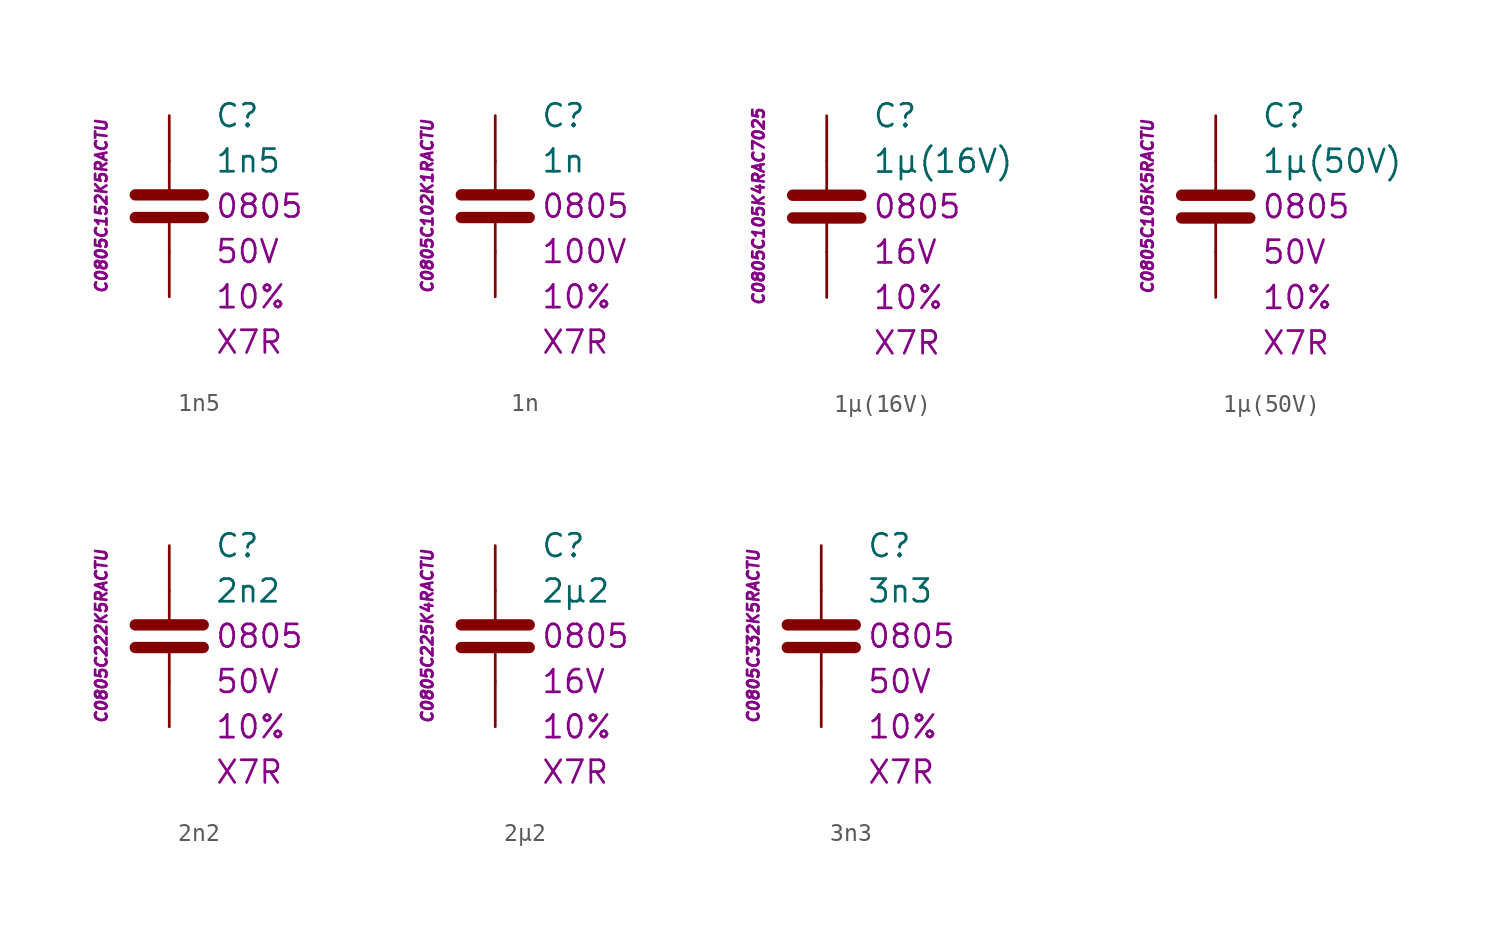
<source format=kicad_sym>
(kicad_symbol_lib
  (version 20201005)
  (generator kicad_symbol_editor)
  (symbol "C.Kemet.MLCC.0805.X7R:1n5"
    (pin_numbers hide)
    (pin_names
      (offset 1.016) hide)
    (property "Reference" "C"
      (at 2.54 5.08 0)
      (effects (font (size 1.27 1.27)) (justify left)))
    (property "Value" "1n5"
      (at 2.54 2.54 0)
      (effects (font (size 1.27 1.27)) (justify left)))
    (property "Package" "0805"
      (at 2.54 0 0)
      (effects (font (size 1.27 1.27)) (justify left)))
    (property "Voltage" "50V"
      (at 2.54 -2.54 0)
      (effects (font (size 1.27 1.27)) (justify left)))
    (property "Tolerance" "10%"
      (at 2.54 -5.08 0)
      (effects (font (size 1.27 1.27)) (justify left)))
    (property "Dielectric" "X7R"
      (at 2.54 -7.62 0)
      (effects (font (size 1.27 1.27)) (justify left)))
    (property "MPN" "C0805C152K5RACTU"
      (at -3.81 0 90)
      (effects (font (size 0.635 0.635) italic)))
    (symbol "1n5_0_1"
      (polyline (pts (xy -1.905 -0.635) (xy 1.905 -0.635)) (stroke (width 0.635)) (fill (type none)))
      (polyline (pts (xy -1.905 0.635) (xy 1.905 0.635)) (stroke (width 0.635)) (fill (type none)))
      (polyline (pts (xy 0 -2.54) (xy 0 -0.635)) (stroke (width 0.152)) (fill (type none)))
      (polyline (pts (xy 0 0.635) (xy 0 2.54)) (stroke (width 0.152)) (fill (type none))))
    (symbol "1n5_1_1"
      (pin passive line (at 0 5.08 270) (length 2.54) (name "~" (effects (font (size 1.778 1.778)))) (number "1" (effects (font (size 1.778 1.778)))))
      (pin passive line (at 0 -5.08 90) (length 2.54) (name "~" (effects (font (size 1.778 1.778)))) (number "2" (effects (font (size 1.778 1.778)))))))
  (symbol "C.Kemet.MLCC.0805.X7R:1n"
    (pin_numbers hide)
    (pin_names
      (offset 1.016) hide)
    (property "Reference" "C"
      (at 2.54 5.08 0)
      (effects (font (size 1.27 1.27)) (justify left)))
    (property "Value" "1n"
      (at 2.54 2.54 0)
      (effects (font (size 1.27 1.27)) (justify left)))
    (property "Package" "0805"
      (at 2.54 0 0)
      (effects (font (size 1.27 1.27)) (justify left)))
    (property "Voltage" "100V"
      (at 2.54 -2.54 0)
      (effects (font (size 1.27 1.27)) (justify left)))
    (property "Tolerance" "10%"
      (at 2.54 -5.08 0)
      (effects (font (size 1.27 1.27)) (justify left)))
    (property "Dielectric" "X7R"
      (at 2.54 -7.62 0)
      (effects (font (size 1.27 1.27)) (justify left)))
    (property "MPN" "C0805C102K1RACTU"
      (at -3.81 0 90)
      (effects (font (size 0.635 0.635) italic)))
    (symbol "1n_0_1"
      (polyline (pts (xy -1.905 -0.635) (xy 1.905 -0.635)) (stroke (width 0.635)) (fill (type none)))
      (polyline (pts (xy -1.905 0.635) (xy 1.905 0.635)) (stroke (width 0.635)) (fill (type none)))
      (polyline (pts (xy 0 -2.54) (xy 0 -0.635)) (stroke (width 0.152)) (fill (type none)))
      (polyline (pts (xy 0 0.635) (xy 0 2.54)) (stroke (width 0.152)) (fill (type none))))
    (symbol "1n_1_1"
      (pin passive line (at 0 5.08 270) (length 2.54) (name "~" (effects (font (size 1.778 1.778)))) (number "1" (effects (font (size 1.778 1.778)))))
      (pin passive line (at 0 -5.08 90) (length 2.54) (name "~" (effects (font (size 1.778 1.778)))) (number "2" (effects (font (size 1.778 1.778)))))))
  (symbol "C.Kemet.MLCC.0805.X7R:1µ(16V)"
    (pin_numbers hide)
    (pin_names
      (offset 1.016) hide)
    (property "Reference" "C"
      (at 2.54 5.08 0)
      (effects (font (size 1.27 1.27)) (justify left)))
    (property "Value" "1µ(16V)"
      (at 2.54 2.54 0)
      (effects (font (size 1.27 1.27)) (justify left)))
    (property "Package" "0805"
      (at 2.54 0 0)
      (effects (font (size 1.27 1.27)) (justify left)))
    (property "Voltage" "16V"
      (at 2.54 -2.54 0)
      (effects (font (size 1.27 1.27)) (justify left)))
    (property "Tolerance" "10%"
      (at 2.54 -5.08 0)
      (effects (font (size 1.27 1.27)) (justify left)))
    (property "Dielectric" "X7R"
      (at 2.54 -7.62 0)
      (effects (font (size 1.27 1.27)) (justify left)))
    (property "MPN" "C0805C105K4RAC7025"
      (at -3.81 0 90)
      (effects (font (size 0.635 0.635) italic)))
    (symbol "1µ(16V)_0_1"
      (polyline (pts (xy -1.905 -0.635) (xy 1.905 -0.635)) (stroke (width 0.635)) (fill (type none)))
      (polyline (pts (xy -1.905 0.635) (xy 1.905 0.635)) (stroke (width 0.635)) (fill (type none)))
      (polyline (pts (xy 0 -2.54) (xy 0 -0.635)) (stroke (width 0.152)) (fill (type none)))
      (polyline (pts (xy 0 0.635) (xy 0 2.54)) (stroke (width 0.152)) (fill (type none))))
    (symbol "1µ(16V)_1_1"
      (pin passive line (at 0 5.08 270) (length 2.54) (name "~" (effects (font (size 1.778 1.778)))) (number "1" (effects (font (size 1.778 1.778)))))
      (pin passive line (at 0 -5.08 90) (length 2.54) (name "~" (effects (font (size 1.778 1.778)))) (number "2" (effects (font (size 1.778 1.778)))))))
  (symbol "C.Kemet.MLCC.0805.X7R:1µ(50V)"
    (pin_numbers hide)
    (pin_names
      (offset 1.016) hide)
    (property "Reference" "C"
      (at 2.54 5.08 0)
      (effects (font (size 1.27 1.27)) (justify left)))
    (property "Value" "1µ(50V)"
      (at 2.54 2.54 0)
      (effects (font (size 1.27 1.27)) (justify left)))
    (property "Package" "0805"
      (at 2.54 0 0)
      (effects (font (size 1.27 1.27)) (justify left)))
    (property "Voltage" "50V"
      (at 2.54 -2.54 0)
      (effects (font (size 1.27 1.27)) (justify left)))
    (property "Tolerance" "10%"
      (at 2.54 -5.08 0)
      (effects (font (size 1.27 1.27)) (justify left)))
    (property "Dielectric" "X7R"
      (at 2.54 -7.62 0)
      (effects (font (size 1.27 1.27)) (justify left)))
    (property "MPN" "C0805C105K5RACTU"
      (at -3.81 0 90)
      (effects (font (size 0.635 0.635) italic)))
    (symbol "1µ(50V)_0_1"
      (polyline (pts (xy -1.905 -0.635) (xy 1.905 -0.635)) (stroke (width 0.635)) (fill (type none)))
      (polyline (pts (xy -1.905 0.635) (xy 1.905 0.635)) (stroke (width 0.635)) (fill (type none)))
      (polyline (pts (xy 0 -2.54) (xy 0 -0.635)) (stroke (width 0.152)) (fill (type none)))
      (polyline (pts (xy 0 0.635) (xy 0 2.54)) (stroke (width 0.152)) (fill (type none))))
    (symbol "1µ(50V)_1_1"
      (pin passive line (at 0 5.08 270) (length 2.54) (name "~" (effects (font (size 1.778 1.778)))) (number "1" (effects (font (size 1.778 1.778)))))
      (pin passive line (at 0 -5.08 90) (length 2.54) (name "~" (effects (font (size 1.778 1.778)))) (number "2" (effects (font (size 1.778 1.778)))))))
  (symbol "C.Kemet.MLCC.0805.X7R:2n2"
    (pin_numbers hide)
    (pin_names
      (offset 1.016) hide)
    (property "Reference" "C"
      (at 2.54 5.08 0)
      (effects (font (size 1.27 1.27)) (justify left)))
    (property "Value" "2n2"
      (at 2.54 2.54 0)
      (effects (font (size 1.27 1.27)) (justify left)))
    (property "Package" "0805"
      (at 2.54 0 0)
      (effects (font (size 1.27 1.27)) (justify left)))
    (property "Voltage" "50V"
      (at 2.54 -2.54 0)
      (effects (font (size 1.27 1.27)) (justify left)))
    (property "Tolerance" "10%"
      (at 2.54 -5.08 0)
      (effects (font (size 1.27 1.27)) (justify left)))
    (property "Dielectric" "X7R"
      (at 2.54 -7.62 0)
      (effects (font (size 1.27 1.27)) (justify left)))
    (property "MPN" "C0805C222K5RACTU"
      (at -3.81 0 90)
      (effects (font (size 0.635 0.635) italic)))
    (symbol "2n2_0_1"
      (polyline (pts (xy -1.905 -0.635) (xy 1.905 -0.635)) (stroke (width 0.635)) (fill (type none)))
      (polyline (pts (xy -1.905 0.635) (xy 1.905 0.635)) (stroke (width 0.635)) (fill (type none)))
      (polyline (pts (xy 0 -2.54) (xy 0 -0.635)) (stroke (width 0.152)) (fill (type none)))
      (polyline (pts (xy 0 0.635) (xy 0 2.54)) (stroke (width 0.152)) (fill (type none))))
    (symbol "2n2_1_1"
      (pin passive line (at 0 5.08 270) (length 2.54) (name "~" (effects (font (size 1.778 1.778)))) (number "1" (effects (font (size 1.778 1.778)))))
      (pin passive line (at 0 -5.08 90) (length 2.54) (name "~" (effects (font (size 1.778 1.778)))) (number "2" (effects (font (size 1.778 1.778)))))))
  (symbol "C.Kemet.MLCC.0805.X7R:2µ2"
    (pin_numbers hide)
    (pin_names
      (offset 1.016) hide)
    (property "Reference" "C"
      (at 2.54 5.08 0)
      (effects (font (size 1.27 1.27)) (justify left)))
    (property "Value" "2µ2"
      (at 2.54 2.54 0)
      (effects (font (size 1.27 1.27)) (justify left)))
    (property "Package" "0805"
      (at 2.54 0 0)
      (effects (font (size 1.27 1.27)) (justify left)))
    (property "Voltage" "16V"
      (at 2.54 -2.54 0)
      (effects (font (size 1.27 1.27)) (justify left)))
    (property "Tolerance" "10%"
      (at 2.54 -5.08 0)
      (effects (font (size 1.27 1.27)) (justify left)))
    (property "Dielectric" "X7R"
      (at 2.54 -7.62 0)
      (effects (font (size 1.27 1.27)) (justify left)))
    (property "MPN" "C0805C225K4RACTU"
      (at -3.81 0 90)
      (effects (font (size 0.635 0.635) italic)))
    (symbol "2µ2_0_1"
      (polyline (pts (xy -1.905 -0.635) (xy 1.905 -0.635)) (stroke (width 0.635)) (fill (type none)))
      (polyline (pts (xy -1.905 0.635) (xy 1.905 0.635)) (stroke (width 0.635)) (fill (type none)))
      (polyline (pts (xy 0 -2.54) (xy 0 -0.635)) (stroke (width 0.152)) (fill (type none)))
      (polyline (pts (xy 0 0.635) (xy 0 2.54)) (stroke (width 0.152)) (fill (type none))))
    (symbol "2µ2_1_1"
      (pin passive line (at 0 5.08 270) (length 2.54) (name "~" (effects (font (size 1.778 1.778)))) (number "1" (effects (font (size 1.778 1.778)))))
      (pin passive line (at 0 -5.08 90) (length 2.54) (name "~" (effects (font (size 1.778 1.778)))) (number "2" (effects (font (size 1.778 1.778)))))))
  (symbol "C.Kemet.MLCC.0805.X7R:3n3"
    (pin_numbers hide)
    (pin_names
      (offset 1.016) hide)
    (property "Reference" "C"
      (at 2.54 5.08 0)
      (effects (font (size 1.27 1.27)) (justify left)))
    (property "Value" "3n3"
      (at 2.54 2.54 0)
      (effects (font (size 1.27 1.27)) (justify left)))
    (property "Package" "0805"
      (at 2.54 0 0)
      (effects (font (size 1.27 1.27)) (justify left)))
    (property "Voltage" "50V"
      (at 2.54 -2.54 0)
      (effects (font (size 1.27 1.27)) (justify left)))
    (property "Tolerance" "10%"
      (at 2.54 -5.08 0)
      (effects (font (size 1.27 1.27)) (justify left)))
    (property "Dielectric" "X7R"
      (at 2.54 -7.62 0)
      (effects (font (size 1.27 1.27)) (justify left)))
    (property "MPN" "C0805C332K5RACTU"
      (at -3.81 0 90)
      (effects (font (size 0.635 0.635) italic)))
    (symbol "3n3_0_1"
      (polyline (pts (xy -1.905 -0.635) (xy 1.905 -0.635)) (stroke (width 0.635)) (fill (type none)))
      (polyline (pts (xy -1.905 0.635) (xy 1.905 0.635)) (stroke (width 0.635)) (fill (type none)))
      (polyline (pts (xy 0 -2.54) (xy 0 -0.635)) (stroke (width 0.152)) (fill (type none)))
      (polyline (pts (xy 0 0.635) (xy 0 2.54)) (stroke (width 0.152)) (fill (type none))))
    (symbol "3n3_1_1"
      (pin passive line (at 0 5.08 270) (length 2.54) (name "~" (effects (font (size 1.778 1.778)))) (number "1" (effects (font (size 1.778 1.778)))))
      (pin passive line (at 0 -5.08 90) (length 2.54) (name "~" (effects (font (size 1.778 1.778)))) (number "2" (effects (font (size 1.778 1.778))))))))
</source>
